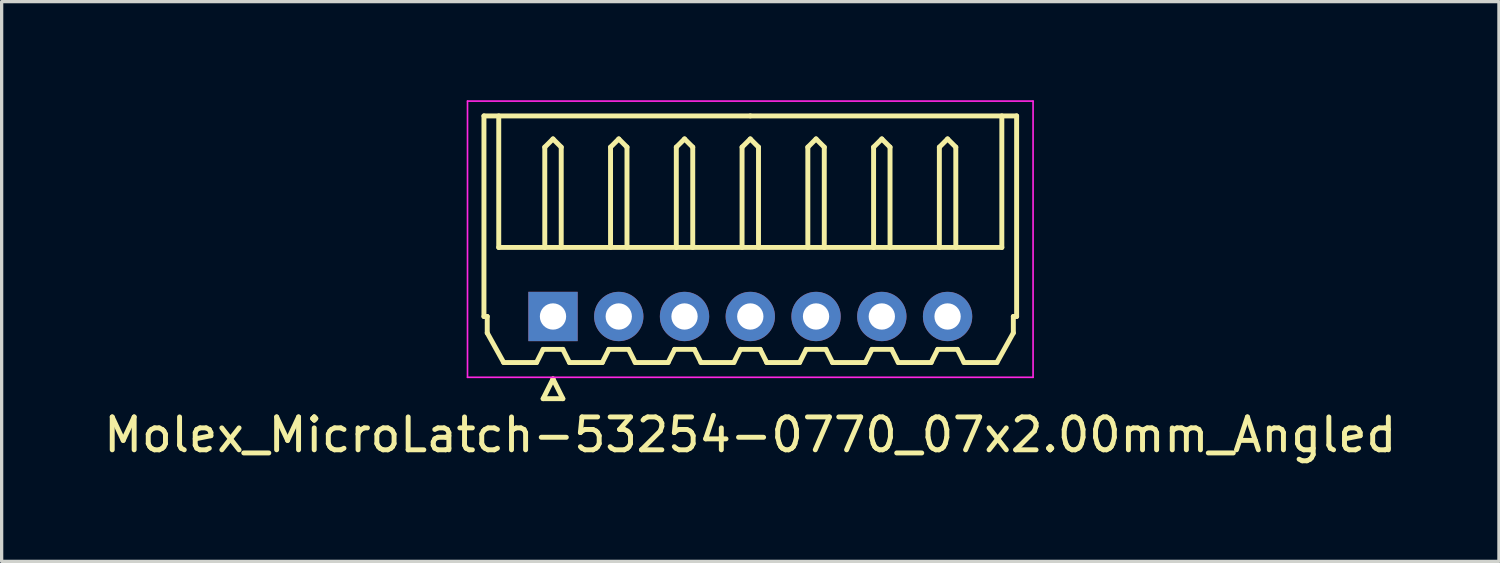
<source format=kicad_pcb>
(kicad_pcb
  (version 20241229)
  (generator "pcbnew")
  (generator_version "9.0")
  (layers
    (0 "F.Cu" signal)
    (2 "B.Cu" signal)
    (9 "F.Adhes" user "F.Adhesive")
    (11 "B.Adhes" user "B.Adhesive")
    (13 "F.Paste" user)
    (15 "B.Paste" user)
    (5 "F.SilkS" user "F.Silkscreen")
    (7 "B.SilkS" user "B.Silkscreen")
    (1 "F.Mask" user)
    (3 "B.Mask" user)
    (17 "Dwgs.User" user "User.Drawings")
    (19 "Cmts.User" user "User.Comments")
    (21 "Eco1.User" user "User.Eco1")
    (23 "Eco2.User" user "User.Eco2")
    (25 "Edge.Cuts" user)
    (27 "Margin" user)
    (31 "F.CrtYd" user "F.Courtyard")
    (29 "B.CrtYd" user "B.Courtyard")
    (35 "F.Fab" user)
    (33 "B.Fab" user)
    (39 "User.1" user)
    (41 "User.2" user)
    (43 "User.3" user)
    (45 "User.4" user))
  (footprint "Molex_MicroLatch-53254-0770_07x2.00mm_Angled"
    (layer "F.Cu")
    (at 13.768 6.575)
    (property "Reference" "Molex_MicroLatch-53254-0770_07x2.00mm_Angled" (at 6 3.6 0) (layer "F.SilkS") (effects (font (size 1 1) (thickness 0.15))))
    (attr through_hole)
    (fp_line (start -2.1 -6.1) (end 6 -6.1) (stroke (width 0.15) (type solid)) (layer "F.SilkS"))
    (fp_line (start -2.1 0) (end -2.1 -6.1) (stroke (width 0.15) (type solid)) (layer "F.SilkS"))
    (fp_line (start -2 0) (end -2.1 0) (stroke (width 0.15) (type solid)) (layer "F.SilkS"))
    (fp_line (start -2 0.5) (end -2 0) (stroke (width 0.15) (type solid)) (layer "F.SilkS"))
    (fp_line (start -1.65 -6.1) (end -1.65 -2.1) (stroke (width 0.15) (type solid)) (layer "F.SilkS"))
    (fp_line (start -1.65 -2.1) (end 13.65 -2.1) (stroke (width 0.15) (type solid)) (layer "F.SilkS"))
    (fp_line (start -1.5 1.4) (end -2 0.5) (stroke (width 0.15) (type solid)) (layer "F.SilkS"))
    (fp_line (start -0.5 1.4) (end -1.5 1.4) (stroke (width 0.15) (type solid)) (layer "F.SilkS"))
    (fp_line (start -0.3 1) (end -0.5 1.4) (stroke (width 0.15) (type solid)) (layer "F.SilkS"))
    (fp_line (start -0.3 1) (end 0.3 1) (stroke (width 0.15) (type solid)) (layer "F.SilkS"))
    (fp_line (start -0.3 2.5) (end 0.3 2.5) (stroke (width 0.15) (type solid)) (layer "F.SilkS"))
    (fp_line (start -0.25 -5.15) (end 0 -5.4) (stroke (width 0.15) (type solid)) (layer "F.SilkS"))
    (fp_line (start -0.25 -2.1) (end -0.25 -5.15) (stroke (width 0.15) (type solid)) (layer "F.SilkS"))
    (fp_line (start 0 -5.4) (end 0.25 -5.15) (stroke (width 0.15) (type solid)) (layer "F.SilkS"))
    (fp_line (start 0 1.9) (end -0.3 2.5) (stroke (width 0.15) (type solid)) (layer "F.SilkS"))
    (fp_line (start 0.25 -5.15) (end 0.25 -2.1) (stroke (width 0.15) (type solid)) (layer "F.SilkS"))
    (fp_line (start 0.3 1) (end 0.5 1.4) (stroke (width 0.15) (type solid)) (layer "F.SilkS"))
    (fp_line (start 0.3 2.5) (end 0 1.9) (stroke (width 0.15) (type solid)) (layer "F.SilkS"))
    (fp_line (start 0.5 1.4) (end 1.5 1.4) (stroke (width 0.15) (type solid)) (layer "F.SilkS"))
    (fp_line (start 1.5 1.4) (end 1.7 1) (stroke (width 0.15) (type solid)) (layer "F.SilkS"))
    (fp_line (start 1.7 1) (end 2.3 1) (stroke (width 0.15) (type solid)) (layer "F.SilkS"))
    (fp_line (start 1.75 -5.15) (end 2 -5.4) (stroke (width 0.15) (type solid)) (layer "F.SilkS"))
    (fp_line (start 1.75 -2.1) (end 1.75 -5.15) (stroke (width 0.15) (type solid)) (layer "F.SilkS"))
    (fp_line (start 2 -5.4) (end 2.25 -5.15) (stroke (width 0.15) (type solid)) (layer "F.SilkS"))
    (fp_line (start 2.25 -5.15) (end 2.25 -2.1) (stroke (width 0.15) (type solid)) (layer "F.SilkS"))
    (fp_line (start 2.3 1) (end 2.5 1.4) (stroke (width 0.15) (type solid)) (layer "F.SilkS"))
    (fp_line (start 2.5 1.4) (end 3.5 1.4) (stroke (width 0.15) (type solid)) (layer "F.SilkS"))
    (fp_line (start 3.5 1.4) (end 3.7 1) (stroke (width 0.15) (type solid)) (layer "F.SilkS"))
    (fp_line (start 3.7 1) (end 4.3 1) (stroke (width 0.15) (type solid)) (layer "F.SilkS"))
    (fp_line (start 3.75 -5.15) (end 4 -5.4) (stroke (width 0.15) (type solid)) (layer "F.SilkS"))
    (fp_line (start 3.75 -2.1) (end 3.75 -5.15) (stroke (width 0.15) (type solid)) (layer "F.SilkS"))
    (fp_line (start 4 -5.4) (end 4.25 -5.15) (stroke (width 0.15) (type solid)) (layer "F.SilkS"))
    (fp_line (start 4.25 -5.15) (end 4.25 -2.1) (stroke (width 0.15) (type solid)) (layer "F.SilkS"))
    (fp_line (start 4.3 1) (end 4.5 1.4) (stroke (width 0.15) (type solid)) (layer "F.SilkS"))
    (fp_line (start 4.5 1.4) (end 5.5 1.4) (stroke (width 0.15) (type solid)) (layer "F.SilkS"))
    (fp_line (start 5.5 1.4) (end 5.7 1) (stroke (width 0.15) (type solid)) (layer "F.SilkS"))
    (fp_line (start 5.7 1) (end 6.3 1) (stroke (width 0.15) (type solid)) (layer "F.SilkS"))
    (fp_line (start 5.75 -5.15) (end 6 -5.4) (stroke (width 0.15) (type solid)) (layer "F.SilkS"))
    (fp_line (start 5.75 -2.1) (end 5.75 -5.15) (stroke (width 0.15) (type solid)) (layer "F.SilkS"))
    (fp_line (start 6 -5.4) (end 6.25 -5.15) (stroke (width 0.15) (type solid)) (layer "F.SilkS"))
    (fp_line (start 6.25 -5.15) (end 6.25 -2.1) (stroke (width 0.15) (type solid)) (layer "F.SilkS"))
    (fp_line (start 6.3 1) (end 6.5 1.4) (stroke (width 0.15) (type solid)) (layer "F.SilkS"))
    (fp_line (start 6.5 1.4) (end 7.5 1.4) (stroke (width 0.15) (type solid)) (layer "F.SilkS"))
    (fp_line (start 7.5 1.4) (end 7.7 1) (stroke (width 0.15) (type solid)) (layer "F.SilkS"))
    (fp_line (start 7.7 1) (end 8.3 1) (stroke (width 0.15) (type solid)) (layer "F.SilkS"))
    (fp_line (start 7.75 -5.15) (end 8 -5.4) (stroke (width 0.15) (type solid)) (layer "F.SilkS"))
    (fp_line (start 7.75 -2.1) (end 7.75 -5.15) (stroke (width 0.15) (type solid)) (layer "F.SilkS"))
    (fp_line (start 8 -5.4) (end 8.25 -5.15) (stroke (width 0.15) (type solid)) (layer "F.SilkS"))
    (fp_line (start 8.25 -5.15) (end 8.25 -2.1) (stroke (width 0.15) (type solid)) (layer "F.SilkS"))
    (fp_line (start 8.3 1) (end 8.5 1.4) (stroke (width 0.15) (type solid)) (layer "F.SilkS"))
    (fp_line (start 8.5 1.4) (end 9.5 1.4) (stroke (width 0.15) (type solid)) (layer "F.SilkS"))
    (fp_line (start 9.5 1.4) (end 9.7 1) (stroke (width 0.15) (type solid)) (layer "F.SilkS"))
    (fp_line (start 9.7 1) (end 10.3 1) (stroke (width 0.15) (type solid)) (layer "F.SilkS"))
    (fp_line (start 9.75 -5.15) (end 10 -5.4) (stroke (width 0.15) (type solid)) (layer "F.SilkS"))
    (fp_line (start 9.75 -2.1) (end 9.75 -5.15) (stroke (width 0.15) (type solid)) (layer "F.SilkS"))
    (fp_line (start 10 -5.4) (end 10.25 -5.15) (stroke (width 0.15) (type solid)) (layer "F.SilkS"))
    (fp_line (start 10.25 -5.15) (end 10.25 -2.1) (stroke (width 0.15) (type solid)) (layer "F.SilkS"))
    (fp_line (start 10.3 1) (end 10.5 1.4) (stroke (width 0.15) (type solid)) (layer "F.SilkS"))
    (fp_line (start 10.5 1.4) (end 11.5 1.4) (stroke (width 0.15) (type solid)) (layer "F.SilkS"))
    (fp_line (start 11.5 1.4) (end 11.7 1) (stroke (width 0.15) (type solid)) (layer "F.SilkS"))
    (fp_line (start 11.7 1) (end 12.3 1) (stroke (width 0.15) (type solid)) (layer "F.SilkS"))
    (fp_line (start 11.75 -5.15) (end 12 -5.4) (stroke (width 0.15) (type solid)) (layer "F.SilkS"))
    (fp_line (start 11.75 -2.1) (end 11.75 -5.15) (stroke (width 0.15) (type solid)) (layer "F.SilkS"))
    (fp_line (start 12 -5.4) (end 12.25 -5.15) (stroke (width 0.15) (type solid)) (layer "F.SilkS"))
    (fp_line (start 12.25 -5.15) (end 12.25 -2.1) (stroke (width 0.15) (type solid)) (layer "F.SilkS"))
    (fp_line (start 12.3 1) (end 12.5 1.4) (stroke (width 0.15) (type solid)) (layer "F.SilkS"))
    (fp_line (start 12.5 1.4) (end 13.5 1.4) (stroke (width 0.15) (type solid)) (layer "F.SilkS"))
    (fp_line (start 13.5 1.4) (end 14 0.5) (stroke (width 0.15) (type solid)) (layer "F.SilkS"))
    (fp_line (start 13.65 -2.1) (end 13.65 -6.1) (stroke (width 0.15) (type solid)) (layer "F.SilkS"))
    (fp_line (start 14 0) (end 14.1 0) (stroke (width 0.15) (type solid)) (layer "F.SilkS"))
    (fp_line (start 14 0.5) (end 14 0) (stroke (width 0.15) (type solid)) (layer "F.SilkS"))
    (fp_line (start 14.1 -6.1) (end 6 -6.1) (stroke (width 0.15) (type solid)) (layer "F.SilkS"))
    (fp_line (start 14.1 0) (end 14.1 -6.1) (stroke (width 0.15) (type solid)) (layer "F.SilkS"))
    (fp_line (start -2.6 -6.55) (end -2.6 1.85) (stroke (width 0.05) (type solid)) (layer "F.CrtYd"))
    (fp_line (start -2.6 1.85) (end 14.6 1.85) (stroke (width 0.05) (type solid)) (layer "F.CrtYd"))
    (fp_line (start 14.6 -6.55) (end -2.6 -6.55) (stroke (width 0.05) (type solid)) (layer "F.CrtYd"))
    (fp_line (start 14.6 1.85) (end 14.6 -6.55) (stroke (width 0.05) (type solid)) (layer "F.CrtYd"))
    (pad "1" thru_hole rect (at 0 0) (size 1.5 1.5) (drill 0.8) (layers "*.Cu" "*.Mask"))
    (pad "2" thru_hole circle (at 2 0) (size 1.5 1.5) (drill 0.8) (layers "*.Cu" "*.Mask"))
    (pad "3" thru_hole circle (at 4 0) (size 1.5 1.5) (drill 0.8) (layers "*.Cu" "*.Mask"))
    (pad "4" thru_hole circle (at 6 0) (size 1.5 1.5) (drill 0.8) (layers "*.Cu" "*.Mask"))
    (pad "5" thru_hole circle (at 8 0) (size 1.5 1.5) (drill 0.8) (layers "*.Cu" "*.Mask"))
    (pad "6" thru_hole circle (at 10 0) (size 1.5 1.5) (drill 0.8) (layers "*.Cu" "*.Mask"))
    (pad "7" thru_hole circle (at 12 0) (size 1.5 1.5) (drill 0.8) (layers "*.Cu" "*.Mask")))
  (gr_rect
    (start -3 -3)
    (end 42.536 14.023)
    (stroke (width 0.1) (type default))
    (fill no)
    (layer "Edge.Cuts")))
</source>
